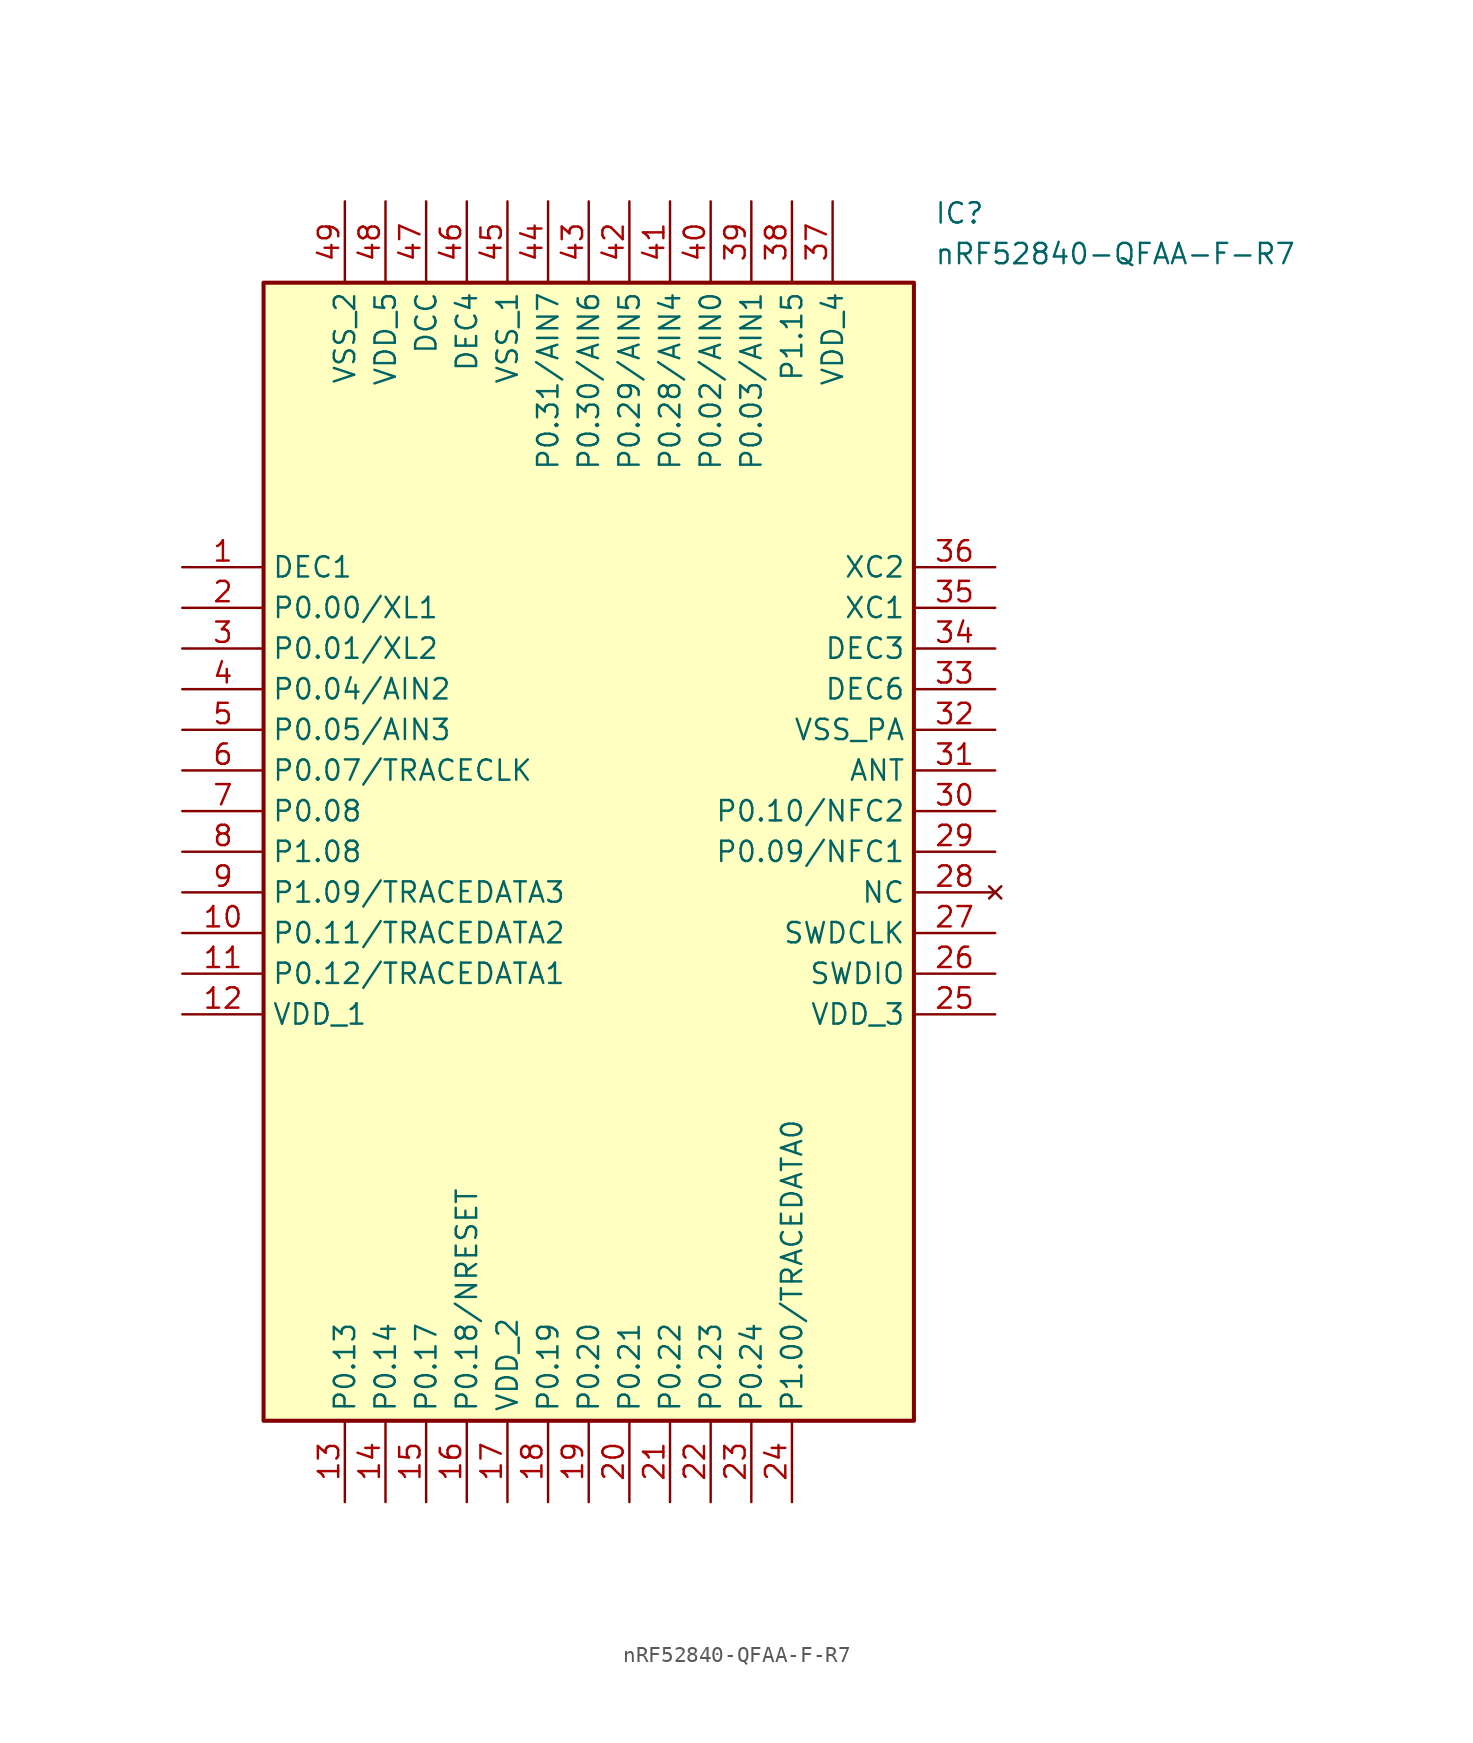
<source format=kicad_sym>
(kicad_symbol_lib
  (version 20211014)
  (generator SamacSys_ECAD_Model)
  (symbol "nRF52840-QFAA-F-R7"
    (property "Reference" "IC"
      (at 46.99 22.86 0)
      (effects (font (size 1.27 1.27)) (justify left top)))
    (property "Value" "nRF52840-QFAA-F-R7"
      (at 46.99 20.32 0)
      (effects (font (size 1.27 1.27)) (justify left top)))
    (rectangle
      (start 5.08 17.78)
      (end 45.72 -53.34)
      (stroke (width 0.254) (type default))
      (fill (type background)))
    (pin passive line
      (at 0 0 0)
      (length 5.08)
      (name "DEC1" (effects (font (size 1.27 1.27))))
      (number "1" (effects (font (size 1.27 1.27)))))
    (pin passive line
      (at 0 -2.54 0)
      (length 5.08)
      (name "P0.00/XL1" (effects (font (size 1.27 1.27))))
      (number "2" (effects (font (size 1.27 1.27)))))
    (pin passive line
      (at 0 -5.08 0)
      (length 5.08)
      (name "P0.01/XL2" (effects (font (size 1.27 1.27))))
      (number "3" (effects (font (size 1.27 1.27)))))
    (pin passive line
      (at 0 -7.62 0)
      (length 5.08)
      (name "P0.04/AIN2" (effects (font (size 1.27 1.27))))
      (number "4" (effects (font (size 1.27 1.27)))))
    (pin passive line
      (at 0 -10.16 0)
      (length 5.08)
      (name "P0.05/AIN3" (effects (font (size 1.27 1.27))))
      (number "5" (effects (font (size 1.27 1.27)))))
    (pin passive line
      (at 0 -12.7 0)
      (length 5.08)
      (name "P0.07/TRACECLK" (effects (font (size 1.27 1.27))))
      (number "6" (effects (font (size 1.27 1.27)))))
    (pin passive line
      (at 0 -15.24 0)
      (length 5.08)
      (name "P0.08" (effects (font (size 1.27 1.27))))
      (number "7" (effects (font (size 1.27 1.27)))))
    (pin passive line
      (at 0 -17.78 0)
      (length 5.08)
      (name "P1.08" (effects (font (size 1.27 1.27))))
      (number "8" (effects (font (size 1.27 1.27)))))
    (pin passive line
      (at 0 -20.32 0)
      (length 5.08)
      (name "P1.09/TRACEDATA3" (effects (font (size 1.27 1.27))))
      (number "9" (effects (font (size 1.27 1.27)))))
    (pin passive line
      (at 0 -22.86 0)
      (length 5.08)
      (name "P0.11/TRACEDATA2" (effects (font (size 1.27 1.27))))
      (number "10" (effects (font (size 1.27 1.27)))))
    (pin passive line
      (at 0 -25.4 0)
      (length 5.08)
      (name "P0.12/TRACEDATA1" (effects (font (size 1.27 1.27))))
      (number "11" (effects (font (size 1.27 1.27)))))
    (pin passive line
      (at 0 -27.94 0)
      (length 5.08)
      (name "VDD_1" (effects (font (size 1.27 1.27))))
      (number "12" (effects (font (size 1.27 1.27)))))
    (pin passive line
      (at 10.16 -58.42 90)
      (length 5.08)
      (name "P0.13" (effects (font (size 1.27 1.27))))
      (number "13" (effects (font (size 1.27 1.27)))))
    (pin passive line
      (at 12.7 -58.42 90)
      (length 5.08)
      (name "P0.14" (effects (font (size 1.27 1.27))))
      (number "14" (effects (font (size 1.27 1.27)))))
    (pin passive line
      (at 15.24 -58.42 90)
      (length 5.08)
      (name "P0.17" (effects (font (size 1.27 1.27))))
      (number "15" (effects (font (size 1.27 1.27)))))
    (pin passive line
      (at 17.78 -58.42 90)
      (length 5.08)
      (name "P0.18/NRESET" (effects (font (size 1.27 1.27))))
      (number "16" (effects (font (size 1.27 1.27)))))
    (pin passive line
      (at 20.32 -58.42 90)
      (length 5.08)
      (name "VDD_2" (effects (font (size 1.27 1.27))))
      (number "17" (effects (font (size 1.27 1.27)))))
    (pin passive line
      (at 22.86 -58.42 90)
      (length 5.08)
      (name "P0.19" (effects (font (size 1.27 1.27))))
      (number "18" (effects (font (size 1.27 1.27)))))
    (pin passive line
      (at 25.4 -58.42 90)
      (length 5.08)
      (name "P0.20" (effects (font (size 1.27 1.27))))
      (number "19" (effects (font (size 1.27 1.27)))))
    (pin passive line
      (at 27.94 -58.42 90)
      (length 5.08)
      (name "P0.21" (effects (font (size 1.27 1.27))))
      (number "20" (effects (font (size 1.27 1.27)))))
    (pin passive line
      (at 30.48 -58.42 90)
      (length 5.08)
      (name "P0.22" (effects (font (size 1.27 1.27))))
      (number "21" (effects (font (size 1.27 1.27)))))
    (pin passive line
      (at 33.02 -58.42 90)
      (length 5.08)
      (name "P0.23" (effects (font (size 1.27 1.27))))
      (number "22" (effects (font (size 1.27 1.27)))))
    (pin passive line
      (at 35.56 -58.42 90)
      (length 5.08)
      (name "P0.24" (effects (font (size 1.27 1.27))))
      (number "23" (effects (font (size 1.27 1.27)))))
    (pin passive line
      (at 38.1 -58.42 90)
      (length 5.08)
      (name "P1.00/TRACEDATA0" (effects (font (size 1.27 1.27))))
      (number "24" (effects (font (size 1.27 1.27)))))
    (pin passive line
      (at 50.8 0 180)
      (length 5.08)
      (name "XC2" (effects (font (size 1.27 1.27))))
      (number "36" (effects (font (size 1.27 1.27)))))
    (pin passive line
      (at 50.8 -2.54 180)
      (length 5.08)
      (name "XC1" (effects (font (size 1.27 1.27))))
      (number "35" (effects (font (size 1.27 1.27)))))
    (pin passive line
      (at 50.8 -5.08 180)
      (length 5.08)
      (name "DEC3" (effects (font (size 1.27 1.27))))
      (number "34" (effects (font (size 1.27 1.27)))))
    (pin passive line
      (at 50.8 -7.62 180)
      (length 5.08)
      (name "DEC6" (effects (font (size 1.27 1.27))))
      (number "33" (effects (font (size 1.27 1.27)))))
    (pin passive line
      (at 50.8 -10.16 180)
      (length 5.08)
      (name "VSS_PA" (effects (font (size 1.27 1.27))))
      (number "32" (effects (font (size 1.27 1.27)))))
    (pin passive line
      (at 50.8 -12.7 180)
      (length 5.08)
      (name "ANT" (effects (font (size 1.27 1.27))))
      (number "31" (effects (font (size 1.27 1.27)))))
    (pin passive line
      (at 50.8 -15.24 180)
      (length 5.08)
      (name "P0.10/NFC2" (effects (font (size 1.27 1.27))))
      (number "30" (effects (font (size 1.27 1.27)))))
    (pin passive line
      (at 50.8 -17.78 180)
      (length 5.08)
      (name "P0.09/NFC1" (effects (font (size 1.27 1.27))))
      (number "29" (effects (font (size 1.27 1.27)))))
    (pin no_connect line
      (at 50.8 -20.32 180)
      (length 5.08)
      (name "NC" (effects (font (size 1.27 1.27))))
      (number "28" (effects (font (size 1.27 1.27)))))
    (pin passive line
      (at 50.8 -22.86 180)
      (length 5.08)
      (name "SWDCLK" (effects (font (size 1.27 1.27))))
      (number "27" (effects (font (size 1.27 1.27)))))
    (pin passive line
      (at 50.8 -25.4 180)
      (length 5.08)
      (name "SWDIO" (effects (font (size 1.27 1.27))))
      (number "26" (effects (font (size 1.27 1.27)))))
    (pin passive line
      (at 50.8 -27.94 180)
      (length 5.08)
      (name "VDD_3" (effects (font (size 1.27 1.27))))
      (number "25" (effects (font (size 1.27 1.27)))))
    (pin passive line
      (at 10.16 22.86 270)
      (length 5.08)
      (name "VSS_2" (effects (font (size 1.27 1.27))))
      (number "49" (effects (font (size 1.27 1.27)))))
    (pin passive line
      (at 12.7 22.86 270)
      (length 5.08)
      (name "VDD_5" (effects (font (size 1.27 1.27))))
      (number "48" (effects (font (size 1.27 1.27)))))
    (pin passive line
      (at 15.24 22.86 270)
      (length 5.08)
      (name "DCC" (effects (font (size 1.27 1.27))))
      (number "47" (effects (font (size 1.27 1.27)))))
    (pin passive line
      (at 17.78 22.86 270)
      (length 5.08)
      (name "DEC4" (effects (font (size 1.27 1.27))))
      (number "46" (effects (font (size 1.27 1.27)))))
    (pin passive line
      (at 20.32 22.86 270)
      (length 5.08)
      (name "VSS_1" (effects (font (size 1.27 1.27))))
      (number "45" (effects (font (size 1.27 1.27)))))
    (pin passive line
      (at 22.86 22.86 270)
      (length 5.08)
      (name "P0.31/AIN7" (effects (font (size 1.27 1.27))))
      (number "44" (effects (font (size 1.27 1.27)))))
    (pin passive line
      (at 25.4 22.86 270)
      (length 5.08)
      (name "P0.30/AIN6" (effects (font (size 1.27 1.27))))
      (number "43" (effects (font (size 1.27 1.27)))))
    (pin passive line
      (at 27.94 22.86 270)
      (length 5.08)
      (name "P0.29/AIN5" (effects (font (size 1.27 1.27))))
      (number "42" (effects (font (size 1.27 1.27)))))
    (pin passive line
      (at 30.48 22.86 270)
      (length 5.08)
      (name "P0.28/AIN4" (effects (font (size 1.27 1.27))))
      (number "41" (effects (font (size 1.27 1.27)))))
    (pin passive line
      (at 33.02 22.86 270)
      (length 5.08)
      (name "P0.02/AIN0" (effects (font (size 1.27 1.27))))
      (number "40" (effects (font (size 1.27 1.27)))))
    (pin passive line
      (at 35.56 22.86 270)
      (length 5.08)
      (name "P0.03/AIN1" (effects (font (size 1.27 1.27))))
      (number "39" (effects (font (size 1.27 1.27)))))
    (pin passive line
      (at 38.1 22.86 270)
      (length 5.08)
      (name "P1.15" (effects (font (size 1.27 1.27))))
      (number "38" (effects (font (size 1.27 1.27)))))
    (pin passive line
      (at 40.64 22.86 270)
      (length 5.08)
      (name "VDD_4" (effects (font (size 1.27 1.27))))
      (number "37" (effects (font (size 1.27 1.27)))))))
</source>
